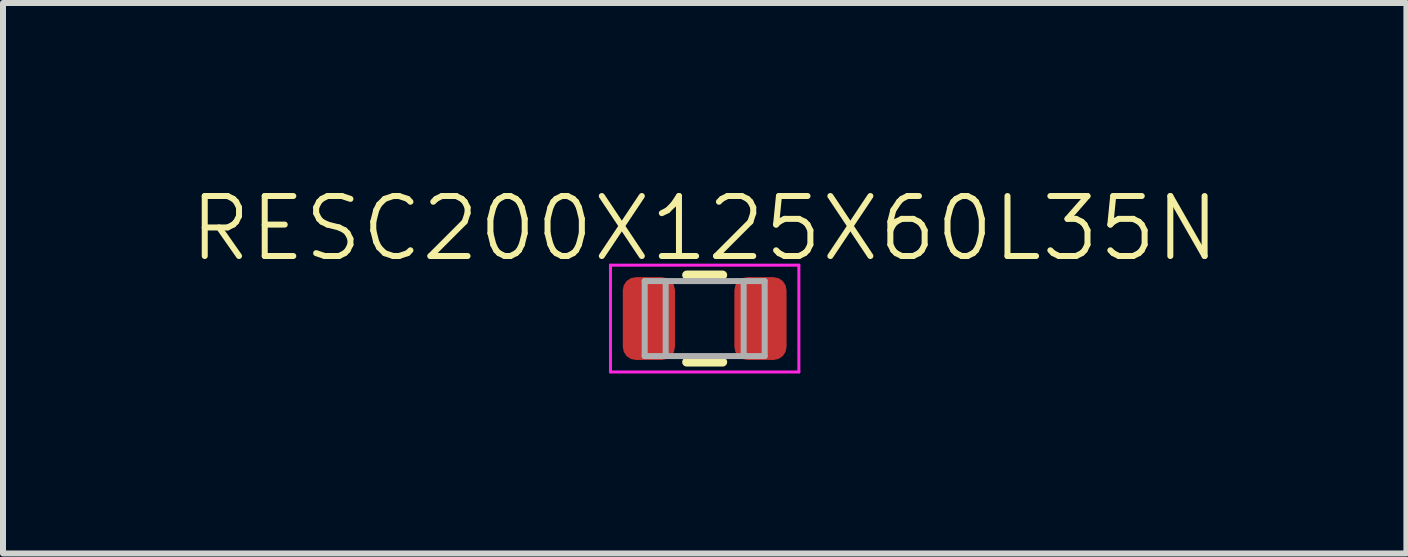
<source format=kicad_pcb>
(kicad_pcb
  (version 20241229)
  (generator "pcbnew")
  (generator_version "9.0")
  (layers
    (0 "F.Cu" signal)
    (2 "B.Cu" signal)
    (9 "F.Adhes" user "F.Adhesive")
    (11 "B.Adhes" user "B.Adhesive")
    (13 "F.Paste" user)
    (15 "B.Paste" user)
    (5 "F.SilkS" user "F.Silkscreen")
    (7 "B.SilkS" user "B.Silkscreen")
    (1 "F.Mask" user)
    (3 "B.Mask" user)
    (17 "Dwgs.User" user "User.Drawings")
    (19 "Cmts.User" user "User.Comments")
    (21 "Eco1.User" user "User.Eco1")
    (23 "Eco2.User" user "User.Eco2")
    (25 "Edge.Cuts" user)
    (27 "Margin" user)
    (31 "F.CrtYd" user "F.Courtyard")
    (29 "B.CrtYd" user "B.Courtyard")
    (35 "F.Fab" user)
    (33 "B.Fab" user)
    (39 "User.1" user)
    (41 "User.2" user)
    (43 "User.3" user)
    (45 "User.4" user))
  (footprint "RESC200X125X60L35N"
    (layer "F.Cu")
    (at 8.696 2.26)
    (property "Reference" "RESC200X125X60L35N" (at 0 -1.5 0) (unlocked yes) (layer "F.SilkS") (effects (font (size 1 1) (thickness 0.1))))
    (attr smd)
    (fp_line (start -0.3 -0.725) (end 0.3 -0.725) (stroke (width 0.15) (type default)) (layer "F.SilkS"))
    (fp_line (start -0.3 0.725) (end 0.3 0.725) (stroke (width 0.15) (type default)) (layer "F.SilkS"))
    (fp_line (start -1.57 -0.89) (end -1.57 0.89) (stroke (width 0.05) (type default)) (layer "F.CrtYd"))
    (fp_line (start -1.57 -0.89) (end 1.57 -0.89) (stroke (width 0.05) (type default)) (layer "F.CrtYd"))
    (fp_line (start -1.57 0.89) (end 1.57 0.89) (stroke (width 0.05) (type default)) (layer "F.CrtYd"))
    (fp_line (start 1.57 -0.89) (end 1.57 0.89) (stroke (width 0.05) (type default)) (layer "F.CrtYd"))
    (fp_line (start -1 -0.625) (end -1 0.625) (stroke (width 0.1) (type default)) (layer "F.Fab"))
    (fp_line (start -1 -0.625) (end 1 -0.625) (stroke (width 0.1) (type default)) (layer "F.Fab"))
    (fp_line (start -1 0.625) (end 1 0.625) (stroke (width 0.1) (type default)) (layer "F.Fab"))
    (fp_line (start -0.65 -0.625) (end -0.65 0.625) (stroke (width 0.1) (type default)) (layer "F.Fab"))
    (fp_line (start 0.65 -0.625) (end 0.65 0.625) (stroke (width 0.1) (type default)) (layer "F.Fab"))
    (fp_line (start 1 -0.625) (end 1 0.625) (stroke (width 0.1) (type default)) (layer "F.Fab"))
    (fp_line (start -1 -0.625) (end 1 -0.625) (stroke (width 0.1) (type default)) (layer "User.2"))
    (fp_line (start -1 0.625) (end -1 -0.625) (stroke (width 0.1) (type default)) (layer "User.2"))
    (fp_line (start -0.35 0) (end 0.35 0) (stroke (width 0.1) (type default)) (layer "User.2"))
    (fp_line (start 0 0.35) (end 0 -0.35) (stroke (width 0.1) (type default)) (layer "User.2"))
    (fp_line (start 1 -0.625) (end 1 0.625) (stroke (width 0.1) (type default)) (layer "User.2"))
    (fp_line (start 1 0.625) (end -1 0.625) (stroke (width 0.1) (type default)) (layer "User.2"))
    (fp_circle (center 0 0) (end 0 0.25) (stroke (width 0.1) (type default)) (fill no) (layer "User.2"))
    (fp_text user "${REFERENCE}" (at 0 0 0) (unlocked yes) (layer "User.3") (effects (font (size 1 1) (thickness 0.15))))
    (pad "1" smd roundrect (at -0.93 0) (size 0.87 1.38) (layers "F.Cu" "F.Mask" "F.Paste") (roundrect_rratio 0.25))
    (pad "2" smd roundrect (at 0.93 0) (size 0.87 1.38) (layers "F.Cu" "F.Mask" "F.Paste") (roundrect_rratio 0.25)))
  (gr_rect
    (start -3 -3)
    (end 20.393 6.176)
    (stroke (width 0.1) (type default))
    (fill no)
    (layer "Edge.Cuts")))
</source>
